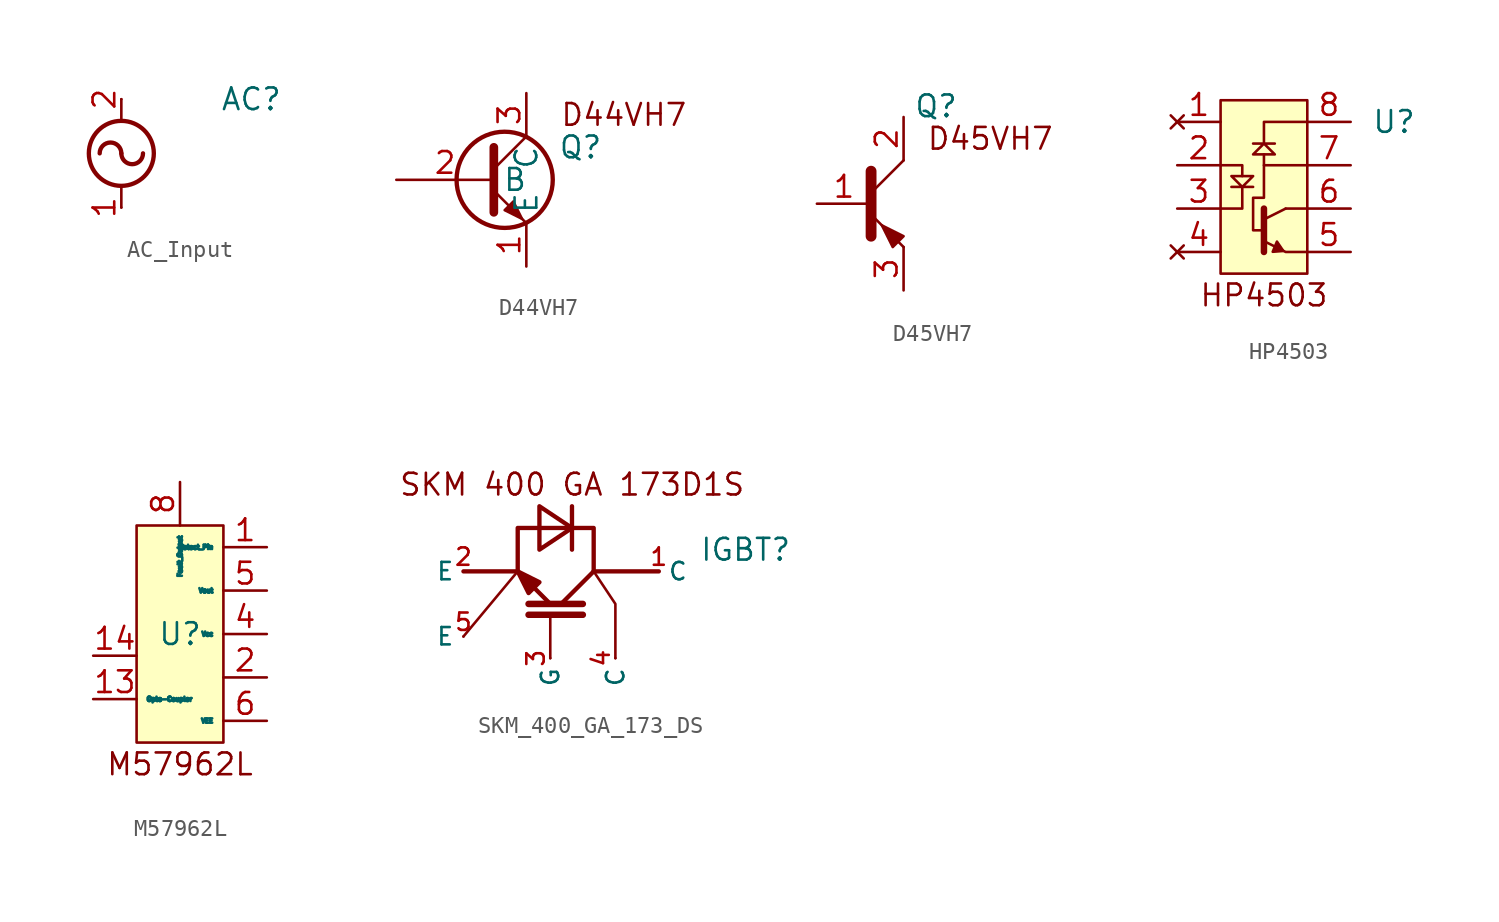
<source format=kicad_sym>
(kicad_symbol_lib
  (version 20231120)
  (generator "kicad_symbol_editor")
  (generator_version "8.0")
  (symbol "AC_Input"
    (property "Reference" "AC"
      (at 7.62 3.81 0)
      (effects (font (size 1.27 1.27))))
    (property "Value" ""
      (at 0 0 0)
      (effects (font (size 1.27 1.27))))
    (symbol "AC_Input_0_1"
      (polyline (pts (xy 0 -2.54) (xy 0 -1.27)) (stroke (width 0) (type default)) (fill (type none)))
      (polyline (pts (xy 0 2.54) (xy 0 3.81)) (stroke (width 0) (type default)) (fill (type none)))
      (arc (start 0 0.635) (mid -0.635 1.2673) (end -1.27 0.635) (stroke (width 0.254) (type default)) (fill (type none)))
      (arc (start 0 0.635) (mid 0.635 0.0027) (end 1.27 0.635) (stroke (width 0.254) (type default)) (fill (type none)))
      (circle (center 0 0.635) (radius 1.905) (stroke (width 0.254) (type default)) (fill (type none))))
    (symbol "AC_Input_1_1"
      (pin power_in line (at 0 -2.54 90) (length 0) (name "~" (effects (font (size 1.27 1.27)))) (number "1" (effects (font (size 1.27 1.27)))))
      (pin power_in line (at 0 3.81 270) (length 0) (name "~" (effects (font (size 1.27 1.27)))) (number "2" (effects (font (size 1.27 1.27)))))))
  (symbol "D44VH7"
    (property "Reference" "Q"
      (at 4.445 1.905 0)
      (effects (font (size 1.27 1.27))))
    (property "Value" ""
      (at 5.08 -5.08 0)
      (effects (font (size 1.27 1.27))))
    (symbol "D44VH7_0_1"
      (polyline (pts (xy -0.635 0.635) (xy 1.27 2.54)) (stroke (width 0) (type default)) (fill (type none)))
      (polyline (pts (xy -0.635 -0.635) (xy 1.27 -2.54) (xy 1.27 -2.54)) (stroke (width 0) (type default)) (fill (type none)))
      (polyline (pts (xy -0.635 1.905) (xy -0.635 -1.905) (xy -0.635 -1.905)) (stroke (width 0.508) (type default)) (fill (type none)))
      (polyline (pts (xy 0 -1.778) (xy 0.508 -1.27) (xy 1.016 -2.286) (xy 0 -1.778) (xy 0 -1.778)) (stroke (width 0) (type default)) (fill (type outline)))
      (circle (center 0 0) (radius 2.819) (stroke (width 0.254) (type default)) (fill (type none))))
    (symbol "D44VH7_1_1"
      (text "D44VH7" (at 6.985 3.81 0) (effects (font (size 1.27 1.27))))
      (pin passive line (at 1.27 -5.08 90) (length 2.54) (name "E" (effects (font (size 1.27 1.27)))) (number "1" (effects (font (size 1.27 1.27)))))
      (pin input line (at -6.35 0 0) (length 5.715) (name "B" (effects (font (size 1.27 1.27)))) (number "2" (effects (font (size 1.27 1.27)))))
      (pin passive line (at 1.27 5.08 270) (length 2.54) (name "C" (effects (font (size 1.27 1.27)))) (number "3" (effects (font (size 1.27 1.27)))))))
  (symbol "D45VH7"
    (property "Reference" "Q"
      (at 3.175 5.715 0)
      (effects (font (size 1.27 1.27))))
    (property "Value" ""
      (at 0 0 0)
      (effects (font (size 1.27 1.27))))
    (symbol "D45VH7_0_1"
      (polyline (pts (xy -0.635 -1.905) (xy -0.635 1.905)) (stroke (width 0.635) (type default)) (fill (type none)))
      (polyline (pts (xy -0.635 -0.635) (xy 1.27 -2.54)) (stroke (width 0) (type default)) (fill (type none)))
      (polyline (pts (xy -0.635 0.635) (xy 1.27 2.54)) (stroke (width 0) (type default)) (fill (type none)))
      (polyline (pts (xy 0 -1.27) (xy 1.27 -1.905) (xy 0.635 -2.54) (xy 0 -1.27)) (stroke (width 0) (type default)) (fill (type outline))))
    (symbol "D45VH7_1_1"
      (text "D45VH7" (at 6.35 3.81 0) (effects (font (size 1.27 1.27))))
      (pin input line (at -3.81 0 0) (length 3.175) (name "" (effects (font (size 1.27 1.27)))) (number "1" (effects (font (size 1.27 1.27)))))
      (pin passive line (at 1.27 5.08 270) (length 2.54) (name "" (effects (font (size 1.27 1.27)))) (number "2" (effects (font (size 1.27 1.27)))))
      (pin passive line (at 1.27 -5.08 90) (length 2.54) (name "" (effects (font (size 1.27 1.27)))) (number "3" (effects (font (size 1.27 1.27)))))))
  (symbol "HP4503"
    (property "Reference" "U"
      (at 7.62 3.81 0)
      (effects (font (size 1.27 1.27))))
    (property "Value" ""
      (at 0 -1.27 0)
      (effects (font (size 1.27 1.27))))
    (symbol "HP4503_0_1"
      (rectangle (start -2.54 5.08) (end 2.54 -5.08) (stroke (width 0) (type default)) (fill (type background)))
      (polyline (pts (xy -2.54 1.27) (xy -2.54 1.27)) (stroke (width 0) (type default)) (fill (type none)))
      (polyline (pts (xy 0 -1.905) (xy 1.27 -1.27)) (stroke (width 0) (type default)) (fill (type none)))
      (polyline (pts (xy 0 -1.27) (xy 0 -3.81)) (stroke (width 0.381) (type default)) (fill (type none)))
      (polyline (pts (xy 1.27 -1.27) (xy 2.54 -1.27)) (stroke (width 0) (type default)) (fill (type none)))
      (polyline (pts (xy 0 -3.175) (xy 1.27 -3.81) (xy 2.54 -3.81)) (stroke (width 0) (type default)) (fill (type none)))
      (polyline (pts (xy 1.113 -3.721) (xy 0.762 -3.203) (xy 0.514 -3.8) (xy 1.108 -3.755)) (stroke (width 0) (type default)) (fill (type outline)))
      (polyline (pts (xy 0 1.905) (xy 0 -0.635) (xy -0.635 -0.635) (xy -0.635 -2.54) (xy 0 -2.54)) (stroke (width 0) (type default)) (fill (type none)))
      (polyline (pts (xy -1.27 0) (xy -0.635 0.635) (xy -1.905 0.635) (xy -1.27 0) (xy -1.905 0) (xy -0.635 0)) (stroke (width 0) (type default)) (fill (type none)))
      (polyline (pts (xy 2.54 3.81) (xy 0 3.81) (xy 0 3.175) (xy 0 2.54) (xy -0.635 2.54) (xy 0.635 2.54) (xy 0 2.54) (xy -0.635 1.905) (xy 0.635 1.905) (xy 0 2.54)) (stroke (width 0) (type default)) (fill (type none))))
    (symbol "HP4503_1_1"
      (polyline (pts (xy 2.54 1.27) (xy 0 1.27)) (stroke (width 0) (type default)) (fill (type none)))
      (polyline (pts (xy -1.27 0) (xy -1.27 -1.27) (xy -2.54 -1.27)) (stroke (width 0) (type default)) (fill (type none)))
      (polyline (pts (xy -1.27 0.635) (xy -1.27 1.27) (xy -2.54 1.27)) (stroke (width 0) (type default)) (fill (type none)))
      (text "HP4503" (at 0 -6.35 0) (effects (font (size 1.27 1.27))))
      (pin no_connect line (at -5.08 3.81 0) (length 2.54) (name "~" (effects (font (size 0.508 0.508)))) (number "1" (effects (font (size 1.27 1.27)))))
      (pin passive line (at -5.08 1.27 0) (length 2.54) (name "~" (effects (font (size 0.508 0.508)))) (number "2" (effects (font (size 1.27 1.27)))))
      (pin passive line (at -5.08 -1.27 0) (length 2.54) (name "~" (effects (font (size 0.508 0.508)))) (number "3" (effects (font (size 1.27 1.27)))))
      (pin no_connect line (at -5.08 -3.81 0) (length 2.54) (name "~" (effects (font (size 0.508 0.508)))) (number "4" (effects (font (size 1.27 1.27)))))
      (pin power_in line (at 5.08 -3.81 180) (length 2.54) (name "~" (effects (font (size 0.508 0.508)))) (number "5" (effects (font (size 1.27 1.27)))))
      (pin input line (at 5.08 -1.27 180) (length 2.54) (name "~" (effects (font (size 0.508 0.508)))) (number "6" (effects (font (size 1.27 1.27)))))
      (pin input line (at 5.08 1.27 180) (length 2.54) (name "~" (effects (font (size 0.508 0.508)))) (number "7" (effects (font (size 1.27 1.27)))))
      (pin power_in line (at 5.08 3.81 180) (length 2.54) (name "~" (effects (font (size 0.508 0.508)))) (number "8" (effects (font (size 1.27 1.27)))))))
  (symbol "M57962L"
    (property "Reference" "U"
      (at 0 0 0)
      (effects (font (size 1.27 1.27))))
    (property "Value" ""
      (at 0 0 0)
      (effects (font (size 1.27 1.27))))
    (symbol "M57962L_1_1"
      (rectangle (start -2.54 6.35) (end 2.54 -6.35) (stroke (width 0) (type default)) (fill (type background)))
      (text "M57962L" (at 0 -7.62 0) (effects (font (size 1.27 1.27))))
      (pin input line (at 5.08 5.08 180) (length 2.54) (name "Detect_Pin" (effects (font (size 0.254 0.254)))) (number "1" (effects (font (size 1.27 1.27)))))
      (pin passive line (at -5.08 -3.81 0) (length 2.54) (name "Opto-Coupler" (effects (font (size 0.254 0.254)))) (number "13" (effects (font (size 1.27 1.27)))))
      (pin input line (at -5.08 -1.27 0) (length 2.54) (name "~" (effects (font (size 0.254 0.254)))) (number "14" (effects (font (size 1.27 1.27)))))
      (pin passive line (at 5.08 -2.54 180) (length 2.54) (name "~" (effects (font (size 1.27 1.27)))) (number "2" (effects (font (size 1.27 1.27)))))
      (pin power_in line (at 5.08 0 180) (length 2.54) (name "Vcc" (effects (font (size 0.254 0.254)))) (number "4" (effects (font (size 1.27 1.27)))))
      (pin power_out line (at 5.08 2.54 180) (length 2.54) (name "Vout" (effects (font (size 0.254 0.254)))) (number "5" (effects (font (size 1.27 1.27)))))
      (pin power_in line (at 5.08 -5.08 180) (length 2.54) (name "VEE" (effects (font (size 0.254 0.254)))) (number "6" (effects (font (size 1.27 1.27)))))
      (pin output line (at 0 8.89 270) (length 2.54) (name "Fault_Output" (effects (font (size 0.254 0.254)))) (number "8" (effects (font (size 1.27 1.27)))))))
  (symbol "SKM_400_GA_173_DS"
    (property "Reference" "IGBT"
      (at 11.43 1.27 0)
      (effects (font (size 1.27 1.27))))
    (property "Value" ""
      (at 0 0 0)
      (effects (font (size 1.27 1.27))))
    (symbol "SKM_400_GA_173_DS_0_1"
      (polyline (pts (xy -1.905 0) (xy -5.08 -3.81)) (stroke (width 0) (type default)) (fill (type none)))
      (polyline (pts (xy -1.905 0) (xy -5.08 0)) (stroke (width 0.254) (type default)) (fill (type none)))
      (polyline (pts (xy -1.27 -2.54) (xy 1.905 -2.54)) (stroke (width 0.381) (type default)) (fill (type none)))
      (polyline (pts (xy -1.27 -1.905) (xy 1.905 -1.905)) (stroke (width 0.381) (type default)) (fill (type none)))
      (polyline (pts (xy 0 -2.54) (xy 0 -5.08)) (stroke (width 0) (type default)) (fill (type none)))
      (polyline (pts (xy 0 -1.905) (xy -1.905 0)) (stroke (width 0.254) (type default)) (fill (type none)))
      (polyline (pts (xy 1.27 2.54) (xy -0.635 2.54)) (stroke (width 0.254) (type default)) (fill (type none)))
      (polyline (pts (xy 1.27 3.81) (xy 1.27 1.27)) (stroke (width 0.254) (type default)) (fill (type none)))
      (polyline (pts (xy 2.54 0) (xy 0.635 -1.905)) (stroke (width 0.254) (type default)) (fill (type none)))
      (polyline (pts (xy 2.54 0) (xy 6.35 0)) (stroke (width 0.254) (type default)) (fill (type none)))
      (polyline (pts (xy -0.635 2.54) (xy -1.905 2.54) (xy -1.905 0)) (stroke (width 0.254) (type default)) (fill (type none)))
      (polyline (pts (xy 2.54 0) (xy 3.81 -1.905) (xy 3.81 -5.08)) (stroke (width 0) (type default)) (fill (type none)))
      (polyline (pts (xy -1.905 0) (xy -0.635 -0.635) (xy -1.27 -1.27) (xy -1.905 0)) (stroke (width 0.254) (type default)) (fill (type outline)))
      (polyline (pts (xy 1.27 2.54) (xy 1.905 2.54) (xy 2.54 2.54) (xy 2.54 0)) (stroke (width 0.254) (type default)) (fill (type none)))
      (polyline (pts (xy -0.635 2.54) (xy -0.635 3.81) (xy -0.635 1.27) (xy 1.27 2.54) (xy -0.635 3.81)) (stroke (width 0.254) (type default)) (fill (type none))))
    (symbol "SKM_400_GA_173_DS_1_1"
      (text "SKM 400 GA 173D1S" (at -8.89 5.08 0) (effects (font (size 1.27 1.27)) (justify left)))
      (pin passive line (at 6.35 0 0) (length 0) (name "C" (effects (font (size 1.016 1.016)))) (number "1" (effects (font (size 1.016 1.016)))))
      (pin passive line (at -5.08 0 180) (length 0) (name "E" (effects (font (size 1.016 1.016)))) (number "2" (effects (font (size 1.016 1.016)))))
      (pin passive line (at 0 -5.08 270) (length 0) (name "G" (effects (font (size 1.016 1.016)))) (number "3" (effects (font (size 1.016 1.016)))))
      (pin passive line (at 3.81 -5.08 270) (length 0) (name "C" (effects (font (size 1.016 1.016)))) (number "4" (effects (font (size 1.016 1.016)))))
      (pin passive line (at -5.08 -3.81 180) (length 0) (name "E" (effects (font (size 1.016 1.016)))) (number "5" (effects (font (size 1.016 1.016))))))))
</source>
